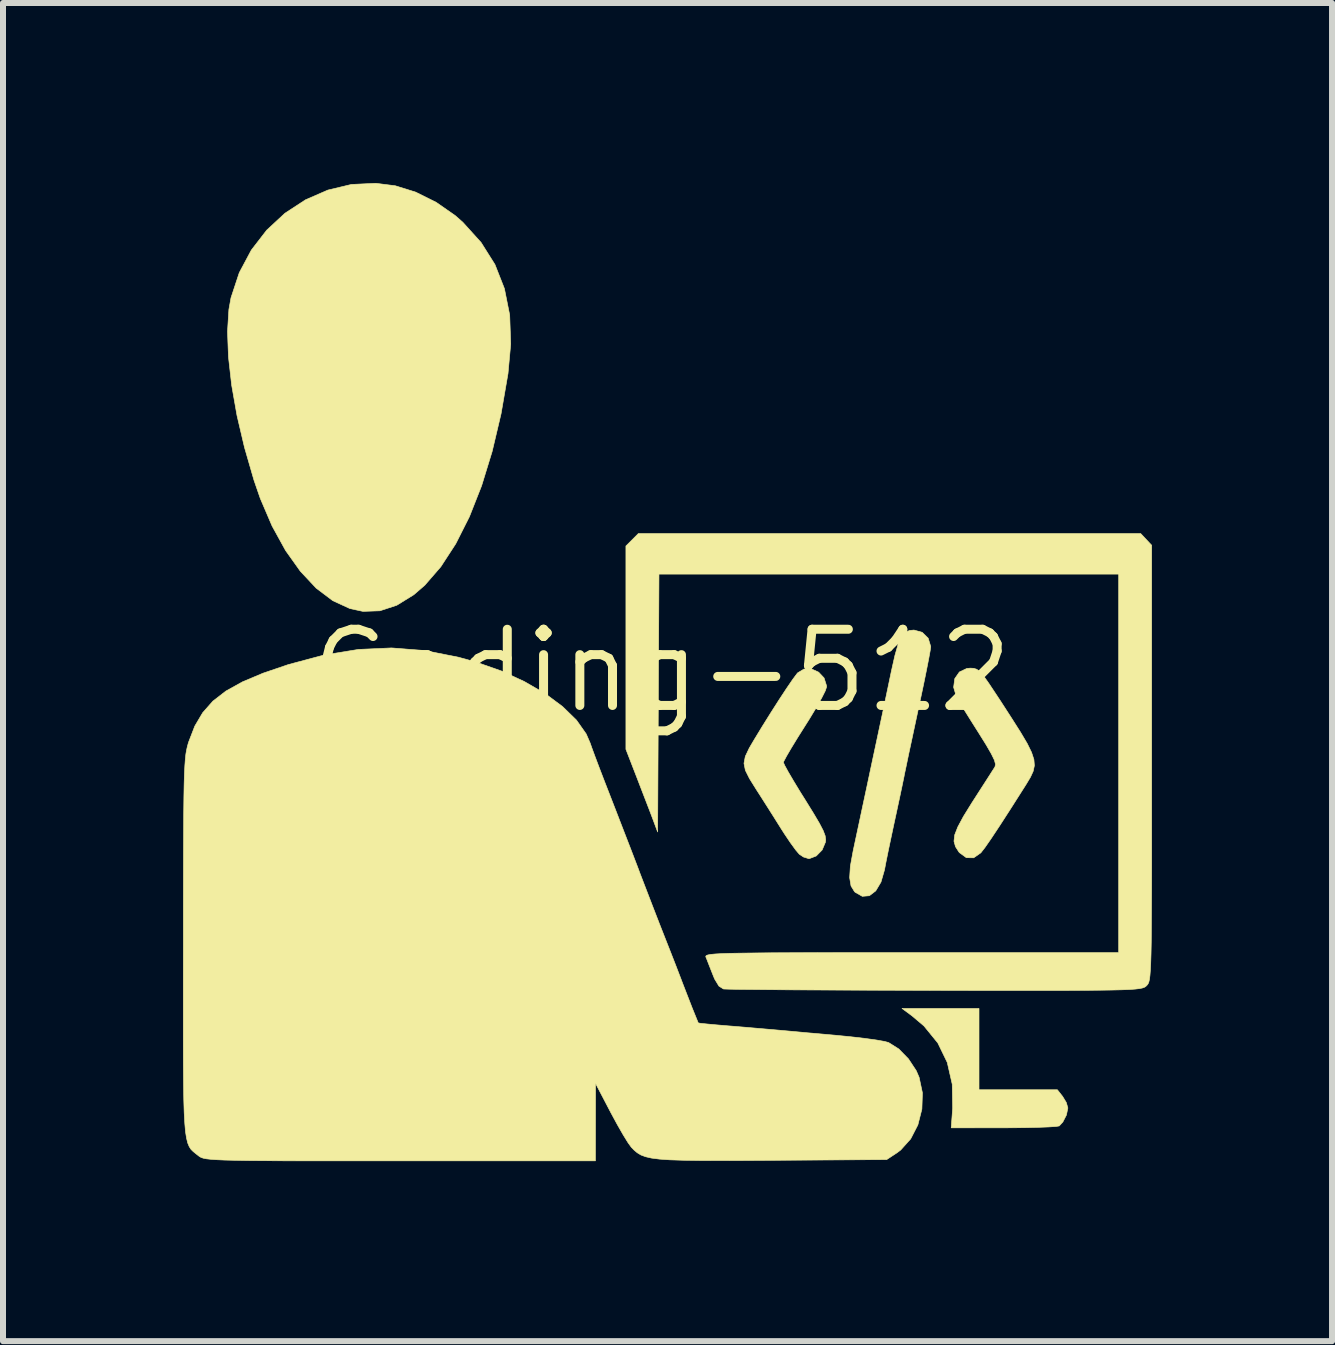
<source format=kicad_pcb>
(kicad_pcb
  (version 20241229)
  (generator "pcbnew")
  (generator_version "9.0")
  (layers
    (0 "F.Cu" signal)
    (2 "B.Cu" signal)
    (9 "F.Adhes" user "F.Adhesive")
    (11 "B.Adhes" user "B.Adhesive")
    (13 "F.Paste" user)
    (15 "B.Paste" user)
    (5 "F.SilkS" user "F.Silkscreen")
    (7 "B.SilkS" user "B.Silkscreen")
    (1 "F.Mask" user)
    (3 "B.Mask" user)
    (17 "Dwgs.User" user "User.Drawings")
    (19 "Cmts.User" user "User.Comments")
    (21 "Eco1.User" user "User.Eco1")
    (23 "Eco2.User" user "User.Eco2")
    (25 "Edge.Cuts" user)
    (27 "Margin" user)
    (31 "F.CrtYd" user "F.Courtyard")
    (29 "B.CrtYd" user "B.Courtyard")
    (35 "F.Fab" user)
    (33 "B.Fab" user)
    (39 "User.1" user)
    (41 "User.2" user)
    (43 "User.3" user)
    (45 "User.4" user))
  (footprint "Coding-512"
    (layer "F.Cu")
    (at 7.975 8.128)
    (property "Reference" "Coding-512" (at 0 0 0) (layer "F.SilkS") (effects (font (size 1.27 1.27) (thickness 0.15))))
    (attr through_hole)
    (fp_poly (pts (xy 5.292 6.985) (xy 6.598 6.985) (xy 6.686 7.097) (xy 6.747 7.198) (xy 6.773 7.288) (xy 6.773 7.29) (xy 6.749 7.406) (xy 6.689 7.523) (xy 6.629 7.588) (xy 6.575 7.597) (xy 6.449 7.605) (xy 6.265 7.612) (xy 6.036 7.617) (xy 5.776 7.619) (xy 5.706 7.619) (xy 4.829 7.62) (xy 4.853 7.292) (xy 4.846 6.893) (xy 4.763 6.53) (xy 4.606 6.206) (xy 4.374 5.921) (xy 4.174 5.752) (xy 4.009 5.63) (xy 5.292 5.63) (xy 5.292 6.985)) (stroke (width 0.01) (type solid)) (fill yes) (layer "F.SilkS"))
    (fp_poly (pts (xy -4.437 -8.082) (xy -4.097 -7.976) (xy -3.755 -7.806) (xy -3.438 -7.585) (xy -3.311 -7.473) (xy -3.007 -7.137) (xy -2.776 -6.77) (xy -2.618 -6.368) (xy -2.53 -5.927) (xy -2.513 -5.444) (xy -2.558 -4.953) (xy -2.674 -4.281) (xy -2.822 -3.655) (xy -2.998 -3.082) (xy -3.201 -2.567) (xy -3.429 -2.115) (xy -3.678 -1.732) (xy -3.946 -1.423) (xy -4.129 -1.265) (xy -4.412 -1.09) (xy -4.693 -0.998) (xy -4.975 -0.988) (xy -5.193 -1.035) (xy -5.478 -1.166) (xy -5.755 -1.375) (xy -6.019 -1.657) (xy -6.266 -2.004) (xy -6.49 -2.411) (xy -6.687 -2.871) (xy -6.792 -3.175) (xy -6.95 -3.721) (xy -7.075 -4.253) (xy -7.164 -4.759) (xy -7.217 -5.229) (xy -7.233 -5.653) (xy -7.21 -6.02) (xy -7.175 -6.215) (xy -7.037 -6.633) (xy -6.836 -7.01) (xy -6.579 -7.343) (xy -6.276 -7.624) (xy -5.933 -7.848) (xy -5.561 -8.01) (xy -5.168 -8.104) (xy -4.761 -8.123) (xy -4.437 -8.082)) (stroke (width 0.01) (type solid)) (fill yes) (layer "F.SilkS"))
    (fp_poly (pts (xy 4.345 -0.639) (xy 4.445 -0.541) (xy 4.487 -0.404) (xy 4.487 -0.393) (xy 4.478 -0.331) (xy 4.454 -0.199) (xy 4.417 -0.011) (xy 4.37 0.22) (xy 4.315 0.48) (xy 4.295 0.572) (xy 4.234 0.857) (xy 4.175 1.134) (xy 4.121 1.385) (xy 4.078 1.592) (xy 4.047 1.738) (xy 4.044 1.757) (xy 4.01 1.922) (xy 3.964 2.139) (xy 3.913 2.376) (xy 3.873 2.561) (xy 3.825 2.787) (xy 3.778 3.01) (xy 3.739 3.203) (xy 3.717 3.32) (xy 3.658 3.524) (xy 3.571 3.67) (xy 3.465 3.751) (xy 3.347 3.761) (xy 3.229 3.694) (xy 3.217 3.683) (xy 3.159 3.588) (xy 3.136 3.45) (xy 3.148 3.258) (xy 3.194 3.006) (xy 3.234 2.818) (xy 3.288 2.566) (xy 3.352 2.265) (xy 3.424 1.93) (xy 3.499 1.576) (xy 3.575 1.221) (xy 3.648 0.878) (xy 3.715 0.564) (xy 3.772 0.293) (xy 3.816 0.083) (xy 3.832 0.006) (xy 3.89 -0.252) (xy 3.943 -0.438) (xy 3.997 -0.562) (xy 4.059 -0.636) (xy 4.134 -0.67) (xy 4.208 -0.677) (xy 4.345 -0.639)) (stroke (width 0.01) (type solid)) (fill yes) (layer "F.SilkS"))
    (fp_poly (pts (xy 2.619 0.025) (xy 2.71 0.122) (xy 2.751 0.252) (xy 2.752 0.27) (xy 2.73 0.336) (xy 2.669 0.457) (xy 2.577 0.62) (xy 2.462 0.81) (xy 2.392 0.921) (xy 2.269 1.116) (xy 2.164 1.288) (xy 2.085 1.423) (xy 2.04 1.508) (xy 2.032 1.53) (xy 2.054 1.58) (xy 2.113 1.688) (xy 2.203 1.841) (xy 2.315 2.026) (xy 2.395 2.153) (xy 2.534 2.378) (xy 2.632 2.544) (xy 2.695 2.665) (xy 2.728 2.752) (xy 2.737 2.819) (xy 2.733 2.857) (xy 2.678 2.988) (xy 2.58 3.088) (xy 2.466 3.132) (xy 2.455 3.133) (xy 2.367 3.106) (xy 2.297 3.059) (xy 2.239 2.991) (xy 2.152 2.872) (xy 2.049 2.719) (xy 1.989 2.625) (xy 1.866 2.429) (xy 1.734 2.221) (xy 1.616 2.036) (xy 1.583 1.985) (xy 1.467 1.799) (xy 1.398 1.661) (xy 1.375 1.545) (xy 1.397 1.429) (xy 1.463 1.29) (xy 1.543 1.154) (xy 1.681 0.927) (xy 1.824 0.698) (xy 1.962 0.482) (xy 2.087 0.292) (xy 2.189 0.143) (xy 2.259 0.049) (xy 2.269 0.037) (xy 2.377 -0.028) (xy 2.5 -0.029) (xy 2.619 0.025)) (stroke (width 0.01) (type solid)) (fill yes) (layer "F.SilkS"))
    (fp_poly (pts (xy 5.205 -0.039) (xy 5.255 -0.023) (xy 5.308 0.018) (xy 5.372 0.093) (xy 5.457 0.213) (xy 5.573 0.388) (xy 5.645 0.497) (xy 5.837 0.794) (xy 5.986 1.029) (xy 6.096 1.215) (xy 6.168 1.362) (xy 6.207 1.481) (xy 6.215 1.582) (xy 6.195 1.676) (xy 6.15 1.774) (xy 6.083 1.886) (xy 6.047 1.943) (xy 5.822 2.297) (xy 5.638 2.582) (xy 5.495 2.798) (xy 5.391 2.948) (xy 5.323 3.035) (xy 5.321 3.037) (xy 5.203 3.119) (xy 5.081 3.117) (xy 4.967 3.034) (xy 4.956 3.021) (xy 4.9 2.933) (xy 4.875 2.843) (xy 4.887 2.737) (xy 4.939 2.604) (xy 5.033 2.429) (xy 5.174 2.201) (xy 5.191 2.175) (xy 5.311 1.988) (xy 5.418 1.822) (xy 5.501 1.692) (xy 5.551 1.614) (xy 5.558 1.603) (xy 5.567 1.56) (xy 5.549 1.491) (xy 5.497 1.385) (xy 5.408 1.231) (xy 5.283 1.031) (xy 5.163 0.841) (xy 5.056 0.67) (xy 4.973 0.534) (xy 4.922 0.449) (xy 4.916 0.437) (xy 4.869 0.277) (xy 4.888 0.133) (xy 4.965 0.022) (xy 5.089 -0.037) (xy 5.147 -0.042) (xy 5.205 -0.039)) (stroke (width 0.01) (type solid)) (fill yes) (layer "F.SilkS"))
    (fp_poly (pts (xy 7.986 -2.286) (xy 8.17 -2.09) (xy 8.17 1.537) (xy 8.17 2.175) (xy 8.17 2.733) (xy 8.17 3.217) (xy 8.169 3.633) (xy 8.167 3.986) (xy 8.165 4.282) (xy 8.163 4.525) (xy 8.159 4.721) (xy 8.154 4.875) (xy 8.148 4.994) (xy 8.141 5.082) (xy 8.133 5.145) (xy 8.123 5.188) (xy 8.111 5.217) (xy 8.097 5.237) (xy 8.086 5.249) (xy 8.069 5.265) (xy 8.047 5.278) (xy 8.015 5.289) (xy 7.967 5.299) (xy 7.898 5.307) (xy 7.801 5.314) (xy 7.672 5.319) (xy 7.505 5.323) (xy 7.294 5.326) (xy 7.034 5.328) (xy 6.719 5.33) (xy 6.344 5.33) (xy 5.903 5.33) (xy 5.39 5.33) (xy 4.8 5.329) (xy 4.561 5.328) (xy 4.027 5.327) (xy 3.517 5.326) (xy 3.035 5.324) (xy 2.59 5.322) (xy 2.188 5.32) (xy 1.835 5.317) (xy 1.538 5.314) (xy 1.303 5.312) (xy 1.137 5.309) (xy 1.046 5.306) (xy 1.032 5.305) (xy 0.957 5.257) (xy 0.885 5.138) (xy 0.856 5.067) (xy 0.802 4.93) (xy 0.758 4.817) (xy 0.74 4.773) (xy 0.738 4.76) (xy 0.747 4.748) (xy 0.773 4.738) (xy 0.82 4.729) (xy 0.894 4.722) (xy 1.001 4.716) (xy 1.145 4.711) (xy 1.332 4.708) (xy 1.568 4.705) (xy 1.857 4.702) (xy 2.205 4.701) (xy 2.618 4.7) (xy 3.1 4.699) (xy 3.658 4.699) (xy 4.165 4.699) (xy 7.62 4.699) (xy 7.62 -1.609) (xy -0.042 -1.609) (xy -0.053 0.54) (xy -0.064 2.688) (xy -0.143 2.477) (xy -0.191 2.35) (xy -0.26 2.171) (xy -0.34 1.964) (xy -0.408 1.787) (xy -0.593 1.31) (xy -0.593 -2.078) (xy -0.489 -2.182) (xy -0.385 -2.286) (xy 3.801 -2.286) (xy 7.986 -2.286)) (stroke (width 0.01) (type solid)) (fill yes) (layer "F.SilkS"))
    (fp_poly (pts (xy -3.951 -0.336) (xy -3.387 -0.225) (xy -3.09 -0.143) (xy -2.671 0.004) (xy -2.286 0.181) (xy -1.942 0.38) (xy -1.65 0.597) (xy -1.417 0.824) (xy -1.255 1.054) (xy -1.189 1.206) (xy -1.161 1.286) (xy -1.108 1.43) (xy -1.036 1.621) (xy -0.95 1.845) (xy -0.869 2.053) (xy -0.756 2.344) (xy -0.632 2.665) (xy -0.508 2.985) (xy -0.398 3.272) (xy -0.355 3.387) (xy -0.254 3.65) (xy -0.145 3.933) (xy -0.04 4.204) (xy 0.05 4.433) (xy 0.063 4.466) (xy 0.15 4.687) (xy 0.239 4.915) (xy 0.317 5.118) (xy 0.359 5.228) (xy 0.51 5.617) (xy 0.613 5.871) (xy 0.654 5.878) (xy 0.763 5.889) (xy 0.925 5.904) (xy 1.125 5.921) (xy 1.165 5.924) (xy 1.395 5.943) (xy 1.614 5.962) (xy 1.8 5.978) (xy 1.925 5.989) (xy 1.926 5.989) (xy 2.038 5.999) (xy 2.216 6.015) (xy 2.441 6.036) (xy 2.694 6.058) (xy 2.896 6.076) (xy 3.15 6.101) (xy 3.383 6.128) (xy 3.579 6.155) (xy 3.72 6.18) (xy 3.785 6.198) (xy 3.955 6.305) (xy 4.116 6.47) (xy 4.246 6.667) (xy 4.294 6.778) (xy 4.349 7.037) (xy 4.34 7.308) (xy 4.273 7.571) (xy 4.153 7.804) (xy 3.987 7.989) (xy 3.929 8.033) (xy 3.753 8.149) (xy 1.845 8.161) (xy 1.365 8.164) (xy 0.961 8.165) (xy 0.628 8.164) (xy 0.356 8.16) (xy 0.138 8.153) (xy -0.033 8.141) (xy -0.165 8.124) (xy -0.266 8.101) (xy -0.343 8.072) (xy -0.404 8.035) (xy -0.456 7.991) (xy -0.502 7.944) (xy -0.556 7.87) (xy -0.637 7.739) (xy -0.735 7.568) (xy -0.839 7.376) (xy -0.846 7.363) (xy -1.099 6.879) (xy -1.1 7.525) (xy -1.101 8.17) (xy -4.355 8.17) (xy -4.956 8.17) (xy -5.479 8.17) (xy -5.928 8.17) (xy -6.311 8.169) (xy -6.631 8.167) (xy -6.896 8.165) (xy -7.111 8.161) (xy -7.281 8.157) (xy -7.413 8.151) (xy -7.512 8.144) (xy -7.584 8.136) (xy -7.635 8.126) (xy -7.671 8.114) (xy -7.697 8.1) (xy -7.719 8.084) (xy -7.721 8.082) (xy -7.767 8.046) (xy -7.807 8.013) (xy -7.842 7.978) (xy -7.871 7.933) (xy -7.896 7.873) (xy -7.916 7.792) (xy -7.933 7.685) (xy -7.945 7.546) (xy -7.955 7.369) (xy -7.962 7.147) (xy -7.966 6.876) (xy -7.969 6.549) (xy -7.97 6.161) (xy -7.97 5.705) (xy -7.97 5.176) (xy -7.969 4.593) (xy -7.969 4.003) (xy -7.968 3.491) (xy -7.967 3.051) (xy -7.965 2.677) (xy -7.963 2.363) (xy -7.96 2.103) (xy -7.956 1.89) (xy -7.951 1.718) (xy -7.944 1.582) (xy -7.936 1.474) (xy -7.927 1.389) (xy -7.915 1.321) (xy -7.902 1.263) (xy -7.887 1.208) (xy -7.879 1.184) (xy -7.778 0.923) (xy -7.647 0.701) (xy -7.477 0.508) (xy -7.259 0.339) (xy -6.983 0.186) (xy -6.641 0.042) (xy -6.224 -0.1) (xy -6.222 -0.101) (xy -5.62 -0.262) (xy -5.051 -0.354) (xy -4.5 -0.379) (xy -3.951 -0.336)) (stroke (width 0.01) (type solid)) (fill yes) (layer "F.SilkS")))
  (gr_rect
    (start -3 -3)
    (end 19.151 19.303)
    (stroke (width 0.1) (type default))
    (fill no)
    (layer "Edge.Cuts")))
</source>
